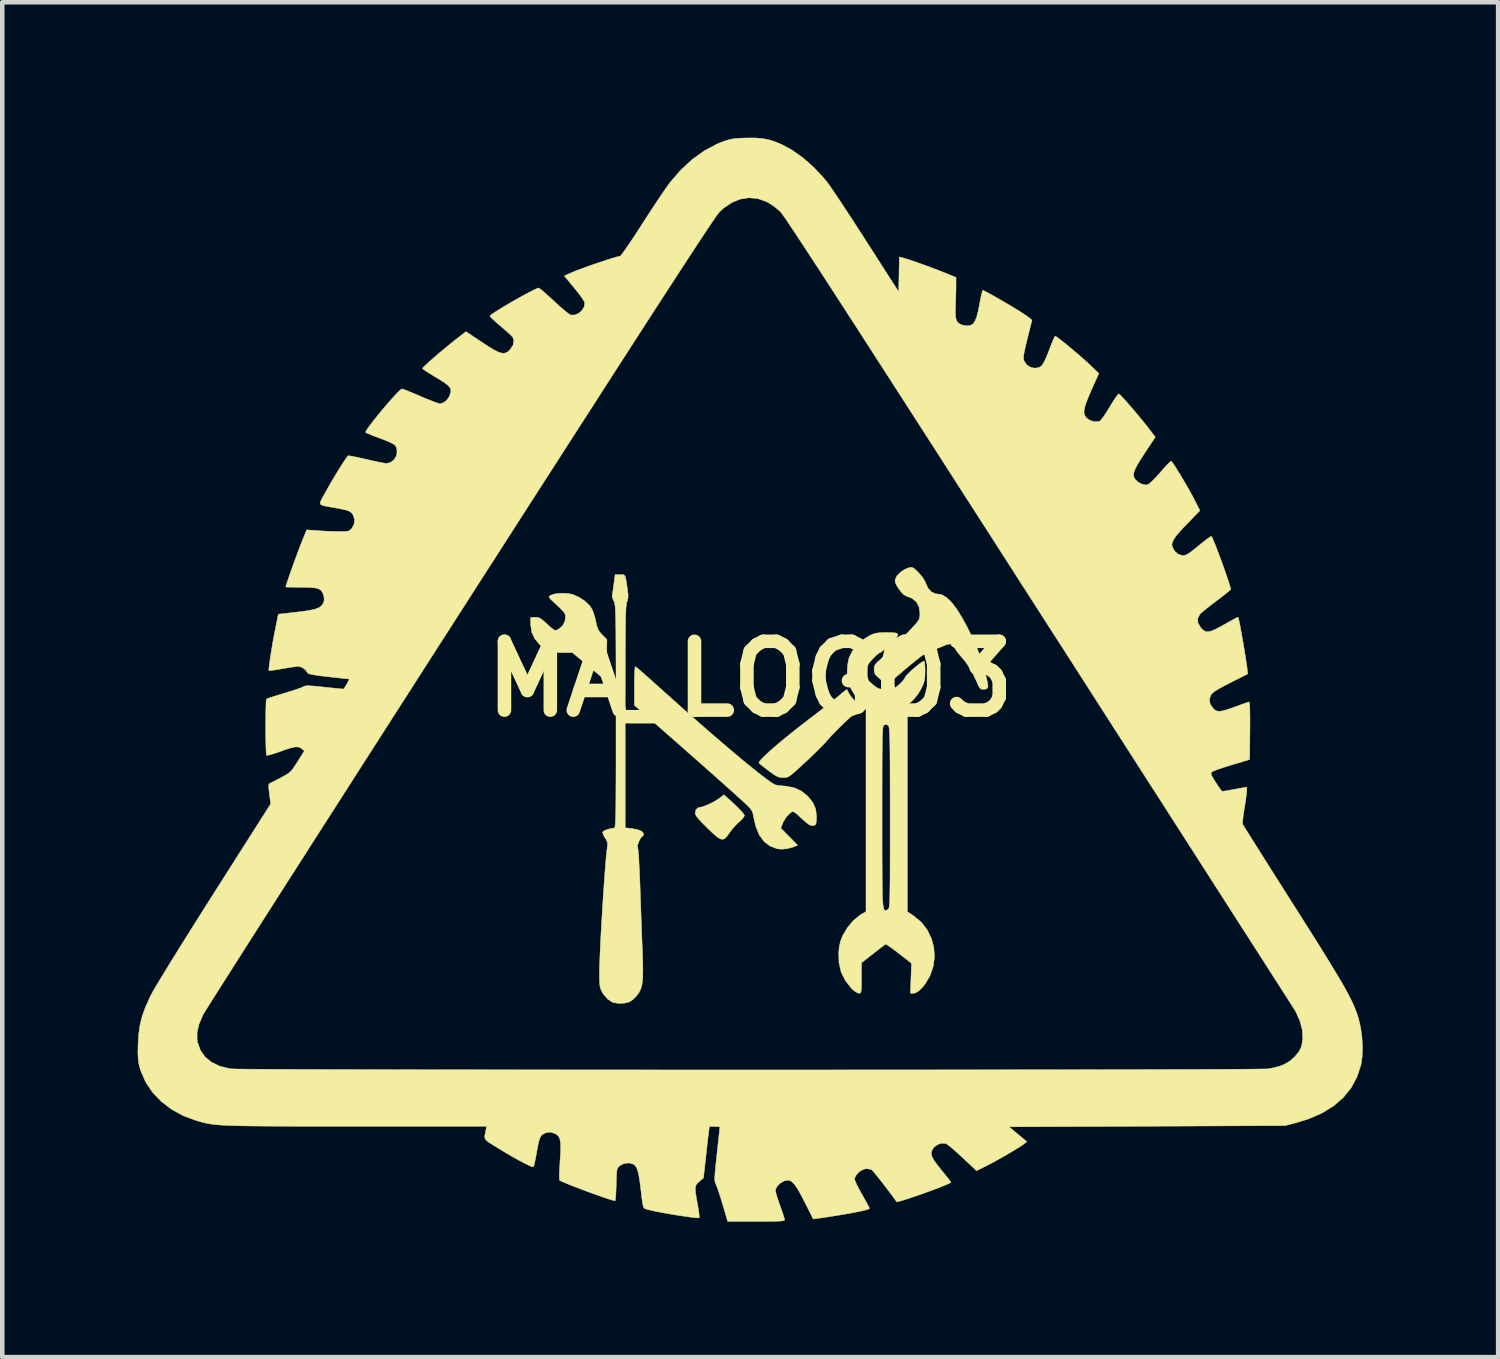
<source format=kicad_pcb>
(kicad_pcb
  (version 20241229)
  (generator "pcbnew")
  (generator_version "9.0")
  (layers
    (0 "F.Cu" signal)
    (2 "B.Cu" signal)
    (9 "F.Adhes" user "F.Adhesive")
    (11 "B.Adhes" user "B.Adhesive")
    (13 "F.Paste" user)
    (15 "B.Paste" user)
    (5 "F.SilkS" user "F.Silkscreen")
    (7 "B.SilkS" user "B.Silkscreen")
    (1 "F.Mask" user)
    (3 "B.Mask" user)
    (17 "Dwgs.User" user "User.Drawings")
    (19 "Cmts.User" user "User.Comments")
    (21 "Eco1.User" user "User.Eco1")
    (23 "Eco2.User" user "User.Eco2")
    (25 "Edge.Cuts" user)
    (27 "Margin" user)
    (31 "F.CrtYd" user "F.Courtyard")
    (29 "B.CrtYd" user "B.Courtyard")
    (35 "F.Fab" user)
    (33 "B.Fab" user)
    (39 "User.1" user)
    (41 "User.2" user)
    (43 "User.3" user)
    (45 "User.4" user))
  (footprint "MA_LOGO3"
    (layer "F.Cu")
    (at 13.566 11.989)
    (property "Reference" "MA_LOGO3" (at 0 0 0) (layer "F.SilkS") (effects (font (size 1.524 1.524) (thickness 0.3))))
    (attr through_hole)
    (fp_poly (pts (xy -0.354 2.771) (xy -0.266 2.855) (xy -0.194 2.931) (xy -0.145 2.99) (xy -0.127 3.023) (xy -0.127 3.023) (xy -0.146 3.062) (xy -0.193 3.118) (xy -0.242 3.161) (xy -0.318 3.234) (xy -0.401 3.328) (xy -0.459 3.406) (xy -0.513 3.482) (xy -0.56 3.531) (xy -0.607 3.551) (xy -0.66 3.542) (xy -0.727 3.501) (xy -0.814 3.427) (xy -0.928 3.319) (xy -0.952 3.296) (xy -1.065 3.183) (xy -1.144 3.099) (xy -1.192 3.037) (xy -1.216 2.992) (xy -1.219 2.971) (xy -1.203 2.898) (xy -1.159 2.853) (xy -1.126 2.845) (xy -1.063 2.832) (xy -0.972 2.799) (xy -0.87 2.753) (xy -0.772 2.701) (xy -0.696 2.651) (xy -0.581 2.564) (xy -0.354 2.771)) (stroke (width 0.01) (type solid)) (fill yes) (layer "F.SilkS"))
    (fp_poly (pts (xy -4.079 -1.898) (xy -3.959 -1.88) (xy -3.921 -1.869) (xy -3.784 -1.807) (xy -3.658 -1.722) (xy -3.556 -1.624) (xy -3.504 -1.547) (xy -3.471 -1.467) (xy -3.439 -1.36) (xy -3.417 -1.265) (xy -3.393 -1.161) (xy -3.364 -1.087) (xy -3.32 -1.024) (xy -3.278 -0.98) (xy -3.174 -0.873) (xy -3.181 -0.415) (xy -3.188 0.043) (xy -3.562 -0.27) (xy -3.937 -0.584) (xy -4.154 -0.584) (xy -4.313 -0.591) (xy -4.437 -0.616) (xy -4.54 -0.664) (xy -4.637 -0.738) (xy -4.657 -0.757) (xy -4.769 -0.889) (xy -4.836 -1.029) (xy -4.861 -1.187) (xy -4.862 -1.206) (xy -4.864 -1.359) (xy -4.769 -1.367) (xy -4.71 -1.366) (xy -4.659 -1.348) (xy -4.599 -1.305) (xy -4.553 -1.265) (xy -4.458 -1.179) (xy -4.393 -1.122) (xy -4.349 -1.09) (xy -4.317 -1.077) (xy -4.29 -1.081) (xy -4.258 -1.096) (xy -4.245 -1.103) (xy -4.159 -1.174) (xy -4.105 -1.276) (xy -4.089 -1.377) (xy -4.094 -1.42) (xy -4.113 -1.462) (xy -4.153 -1.513) (xy -4.221 -1.581) (xy -4.285 -1.641) (xy -4.372 -1.721) (xy -4.427 -1.774) (xy -4.452 -1.808) (xy -4.455 -1.829) (xy -4.438 -1.844) (xy -4.421 -1.854) (xy -4.329 -1.884) (xy -4.209 -1.899) (xy -4.079 -1.898)) (stroke (width 0.01) (type solid)) (fill yes) (layer "F.SilkS"))
    (fp_poly (pts (xy 2.156 0.259) (xy 2.183 0.312) (xy 2.185 0.317) (xy 2.224 0.377) (xy 2.285 0.452) (xy 2.332 0.503) (xy 2.388 0.564) (xy 2.425 0.612) (xy 2.433 0.633) (xy 2.413 0.657) (xy 2.362 0.708) (xy 2.286 0.78) (xy 2.194 0.867) (xy 2.146 0.911) (xy 2.033 1.018) (xy 1.919 1.131) (xy 1.817 1.236) (xy 1.739 1.321) (xy 1.727 1.335) (xy 1.663 1.407) (xy 1.57 1.503) (xy 1.457 1.616) (xy 1.334 1.736) (xy 1.219 1.843) (xy 1.093 1.96) (xy 0.998 2.046) (xy 0.927 2.107) (xy 0.873 2.147) (xy 0.832 2.17) (xy 0.795 2.181) (xy 0.757 2.184) (xy 0.732 2.184) (xy 0.672 2.181) (xy 0.618 2.167) (xy 0.558 2.137) (xy 0.48 2.084) (xy 0.411 2.034) (xy 0.324 1.968) (xy 0.252 1.911) (xy 0.205 1.871) (xy 0.193 1.859) (xy 0.204 1.829) (xy 0.251 1.772) (xy 0.333 1.691) (xy 0.444 1.588) (xy 0.582 1.468) (xy 0.743 1.334) (xy 0.924 1.187) (xy 1.12 1.032) (xy 1.329 0.871) (xy 1.371 0.84) (xy 1.511 0.732) (xy 1.65 0.625) (xy 1.778 0.524) (xy 1.885 0.438) (xy 1.962 0.374) (xy 1.963 0.373) (xy 2.04 0.308) (xy 2.101 0.26) (xy 2.137 0.234) (xy 2.142 0.232) (xy 2.156 0.259)) (stroke (width 0.01) (type solid)) (fill yes) (layer "F.SilkS"))
    (fp_poly (pts (xy -2.517 -0.256) (xy -2.46 -0.208) (xy -2.376 -0.136) (xy -2.272 -0.043) (xy -2.151 0.064) (xy -2.065 0.142) (xy -1.745 0.429) (xy -1.437 0.703) (xy -1.141 0.964) (xy -0.862 1.207) (xy -0.6 1.432) (xy -0.359 1.637) (xy -0.14 1.82) (xy 0.055 1.979) (xy 0.222 2.112) (xy 0.36 2.217) (xy 0.467 2.293) (xy 0.541 2.337) (xy 0.568 2.348) (xy 0.622 2.356) (xy 0.706 2.366) (xy 0.783 2.373) (xy 0.97 2.407) (xy 1.127 2.478) (xy 1.267 2.589) (xy 1.28 2.602) (xy 1.388 2.738) (xy 1.45 2.88) (xy 1.469 3.04) (xy 1.468 3.087) (xy 1.462 3.172) (xy 1.452 3.218) (xy 1.43 3.239) (xy 1.391 3.246) (xy 1.391 3.247) (xy 1.342 3.242) (xy 1.285 3.213) (xy 1.211 3.153) (xy 1.188 3.132) (xy 1.09 3.042) (xy 1.022 2.982) (xy 0.976 2.948) (xy 0.943 2.937) (xy 0.914 2.947) (xy 0.883 2.972) (xy 0.855 2.997) (xy 0.789 3.072) (xy 0.733 3.164) (xy 0.721 3.191) (xy 0.678 3.305) (xy 0.864 3.493) (xy 1.051 3.681) (xy 0.964 3.717) (xy 0.837 3.754) (xy 0.706 3.77) (xy 0.597 3.76) (xy 0.436 3.698) (xy 0.303 3.594) (xy 0.198 3.447) (xy 0.121 3.259) (xy 0.077 3.059) (xy 0.06 2.975) (xy 0.036 2.914) (xy -0.006 2.857) (xy -0.077 2.786) (xy -0.082 2.781) (xy -0.169 2.701) (xy -0.29 2.591) (xy -0.441 2.455) (xy -0.619 2.296) (xy -0.819 2.118) (xy -1.037 1.924) (xy -1.27 1.719) (xy -1.512 1.505) (xy -1.762 1.286) (xy -1.848 1.21) (xy -2.565 0.582) (xy -2.565 0.149) (xy -2.564 -0.008) (xy -2.56 -0.134) (xy -2.554 -0.223) (xy -2.547 -0.269) (xy -2.542 -0.275) (xy -2.517 -0.256)) (stroke (width 0.01) (type solid)) (fill yes) (layer "F.SilkS"))
    (fp_poly (pts (xy 3.588 -2.472) (xy 3.627 -2.45) (xy 3.68 -2.402) (xy 3.724 -2.36) (xy 3.817 -2.253) (xy 3.876 -2.153) (xy 3.885 -2.127) (xy 3.937 -2.013) (xy 4.012 -1.931) (xy 4.101 -1.888) (xy 4.147 -1.884) (xy 4.248 -1.866) (xy 4.354 -1.801) (xy 4.466 -1.691) (xy 4.585 -1.533) (xy 4.711 -1.326) (xy 4.808 -1.147) (xy 4.935 -0.888) (xy 5.037 -0.651) (xy 5.122 -0.417) (xy 5.196 -0.169) (xy 5.221 -0.07) (xy 5.251 0.055) (xy 5.265 0.139) (xy 5.262 0.19) (xy 5.238 0.217) (xy 5.193 0.227) (xy 5.153 0.228) (xy 5.113 0.222) (xy 5.082 0.196) (xy 5.051 0.139) (xy 5.028 0.083) (xy 4.91 -0.167) (xy 4.771 -0.38) (xy 4.688 -0.479) (xy 4.619 -0.559) (xy 4.562 -0.635) (xy 4.528 -0.69) (xy 4.527 -0.693) (xy 4.488 -0.755) (xy 4.437 -0.778) (xy 4.362 -0.766) (xy 4.297 -0.739) (xy 4.197 -0.698) (xy 4.085 -0.66) (xy 4.047 -0.649) (xy 3.996 -0.633) (xy 3.94 -0.606) (xy 3.874 -0.566) (xy 3.793 -0.509) (xy 3.693 -0.431) (xy 3.568 -0.33) (xy 3.415 -0.202) (xy 3.229 -0.043) (xy 3.226 -0.041) (xy 3.147 0.024) (xy 3.08 0.073) (xy 3.035 0.099) (xy 3.027 0.101) (xy 2.992 0.086) (xy 2.933 0.045) (xy 2.869 -0.006) (xy 2.799 -0.069) (xy 2.762 -0.117) (xy 2.747 -0.165) (xy 2.745 -0.216) (xy 2.749 -0.271) (xy 2.766 -0.315) (xy 2.804 -0.361) (xy 2.871 -0.422) (xy 2.898 -0.445) (xy 2.964 -0.504) (xy 3.058 -0.593) (xy 3.169 -0.702) (xy 3.29 -0.824) (xy 3.413 -0.949) (xy 3.529 -1.071) (xy 3.63 -1.179) (xy 3.696 -1.253) (xy 3.737 -1.313) (xy 3.756 -1.385) (xy 3.759 -1.456) (xy 3.739 -1.598) (xy 3.68 -1.71) (xy 3.58 -1.79) (xy 3.454 -1.837) (xy 3.401 -1.87) (xy 3.335 -1.939) (xy 3.294 -1.994) (xy 3.24 -2.078) (xy 3.214 -2.138) (xy 3.21 -2.189) (xy 3.213 -2.21) (xy 3.251 -2.286) (xy 3.325 -2.362) (xy 3.42 -2.426) (xy 3.5 -2.459) (xy 3.55 -2.473) (xy 3.588 -2.472)) (stroke (width 0.01) (type solid)) (fill yes) (layer "F.SilkS"))
    (fp_poly (pts (xy -2.804 -2.309) (xy -2.782 -2.294) (xy -2.765 -2.259) (xy -2.751 -2.198) (xy -2.736 -2.101) (xy -2.717 -1.975) (xy -2.705 -1.87) (xy -2.706 -1.796) (xy -2.722 -1.732) (xy -2.73 -1.712) (xy -2.737 -1.691) (xy -2.742 -1.661) (xy -2.747 -1.617) (xy -2.752 -1.558) (xy -2.755 -1.479) (xy -2.759 -1.379) (xy -2.761 -1.253) (xy -2.763 -1.1) (xy -2.765 -0.916) (xy -2.766 -0.697) (xy -2.767 -0.442) (xy -2.768 -0.147) (xy -2.768 0.191) (xy -2.769 0.575) (xy -2.769 0.838) (xy -2.769 3.295) (xy -2.63 3.311) (xy -2.494 3.336) (xy -2.405 3.371) (xy -2.365 3.417) (xy -2.362 3.433) (xy -2.372 3.472) (xy -2.385 3.48) (xy -2.409 3.501) (xy -2.443 3.553) (xy -2.459 3.584) (xy -2.492 3.67) (xy -2.493 3.733) (xy -2.489 3.747) (xy -2.483 3.787) (xy -2.475 3.87) (xy -2.467 3.991) (xy -2.459 4.143) (xy -2.45 4.319) (xy -2.443 4.512) (xy -2.439 4.614) (xy -2.431 4.851) (xy -2.422 5.107) (xy -2.413 5.367) (xy -2.404 5.618) (xy -2.395 5.846) (xy -2.388 6.034) (xy -2.381 6.262) (xy -2.377 6.445) (xy -2.38 6.592) (xy -2.388 6.708) (xy -2.404 6.801) (xy -2.428 6.876) (xy -2.461 6.941) (xy -2.504 7.003) (xy -2.53 7.034) (xy -2.596 7.098) (xy -2.669 7.147) (xy -2.684 7.154) (xy -2.788 7.18) (xy -2.909 7.185) (xy -3.02 7.169) (xy -3.048 7.16) (xy -3.156 7.091) (xy -3.252 6.978) (xy -3.285 6.921) (xy -3.309 6.871) (xy -3.325 6.817) (xy -3.334 6.748) (xy -3.338 6.652) (xy -3.339 6.517) (xy -3.339 6.515) (xy -3.337 6.385) (xy -3.331 6.218) (xy -3.323 6.022) (xy -3.313 5.803) (xy -3.3 5.568) (xy -3.286 5.321) (xy -3.271 5.071) (xy -3.255 4.822) (xy -3.239 4.583) (xy -3.223 4.358) (xy -3.208 4.155) (xy -3.193 3.979) (xy -3.179 3.837) (xy -3.167 3.736) (xy -3.161 3.696) (xy -3.16 3.628) (xy -3.191 3.554) (xy -3.213 3.521) (xy -3.25 3.456) (xy -3.267 3.404) (xy -3.267 3.389) (xy -3.235 3.362) (xy -3.172 3.335) (xy -3.095 3.313) (xy -3.023 3.302) (xy -3.016 3.302) (xy -3.009 3.3) (xy -3.002 3.292) (xy -2.997 3.275) (xy -2.992 3.246) (xy -2.987 3.202) (xy -2.984 3.139) (xy -2.981 3.057) (xy -2.978 2.95) (xy -2.976 2.816) (xy -2.975 2.653) (xy -2.974 2.457) (xy -2.973 2.225) (xy -2.972 1.955) (xy -2.972 1.643) (xy -2.972 1.287) (xy -2.972 0.883) (xy -2.972 0.837) (xy -2.972 0.428) (xy -2.972 0.066) (xy -2.972 -0.251) (xy -2.973 -0.527) (xy -2.974 -0.764) (xy -2.975 -0.965) (xy -2.976 -1.135) (xy -2.978 -1.275) (xy -2.981 -1.389) (xy -2.984 -1.48) (xy -2.987 -1.552) (xy -2.992 -1.606) (xy -2.997 -1.647) (xy -3.003 -1.677) (xy -3.009 -1.7) (xy -3.017 -1.718) (xy -3.019 -1.722) (xy -3.047 -1.787) (xy -3.059 -1.834) (xy -3.059 -1.841) (xy -3.053 -1.877) (xy -3.041 -1.949) (xy -3.028 -2.046) (xy -3.022 -2.089) (xy -2.992 -2.311) (xy -2.881 -2.311) (xy -2.836 -2.312) (xy -2.804 -2.309)) (stroke (width 0.01) (type solid)) (fill yes) (layer "F.SilkS"))
    (fp_poly (pts (xy 3.135 -1.027) (xy 3.225 -1.02) (xy 3.268 -1.001) (xy 3.268 -0.966) (xy 3.228 -0.909) (xy 3.148 -0.824) (xy 3.11 -0.786) (xy 3.027 -0.705) (xy 2.954 -0.64) (xy 2.9 -0.597) (xy 2.876 -0.584) (xy 2.842 -0.567) (xy 2.787 -0.521) (xy 2.722 -0.456) (xy 2.717 -0.451) (xy 2.653 -0.38) (xy 2.615 -0.327) (xy 2.598 -0.274) (xy 2.592 -0.203) (xy 2.592 -0.15) (xy 2.591 0.017) (xy 2.716 0.123) (xy 2.787 0.18) (xy 2.842 0.212) (xy 2.903 0.225) (xy 2.99 0.229) (xy 3.011 0.229) (xy 3.104 0.227) (xy 3.167 0.216) (xy 3.22 0.189) (xy 3.283 0.138) (xy 3.298 0.125) (xy 3.364 0.061) (xy 3.412 0.001) (xy 3.43 -0.033) (xy 3.453 -0.069) (xy 3.504 -0.124) (xy 3.573 -0.19) (xy 3.651 -0.257) (xy 3.727 -0.319) (xy 3.794 -0.368) (xy 3.84 -0.394) (xy 3.855 -0.395) (xy 3.864 -0.363) (xy 3.87 -0.293) (xy 3.873 -0.199) (xy 3.873 -0.168) (xy 3.87 -0.054) (xy 3.859 0.031) (xy 3.835 0.11) (xy 3.793 0.203) (xy 3.79 0.209) (xy 3.712 0.34) (xy 3.622 0.45) (xy 3.593 0.478) (xy 3.48 0.578) (xy 3.48 5.153) (xy 3.622 5.248) (xy 3.79 5.388) (xy 3.921 5.557) (xy 4.014 5.746) (xy 4.067 5.949) (xy 4.081 6.159) (xy 4.053 6.368) (xy 3.984 6.57) (xy 3.873 6.757) (xy 3.802 6.842) (xy 3.724 6.916) (xy 3.662 6.952) (xy 3.621 6.96) (xy 3.549 6.96) (xy 3.573 6.297) (xy 3.296 6.081) (xy 3.194 6.003) (xy 3.107 5.939) (xy 3.041 5.894) (xy 3.005 5.873) (xy 3 5.872) (xy 2.975 5.89) (xy 2.917 5.933) (xy 2.836 5.995) (xy 2.739 6.071) (xy 2.723 6.083) (xy 2.464 6.286) (xy 2.464 6.623) (xy 2.464 6.759) (xy 2.462 6.852) (xy 2.457 6.911) (xy 2.448 6.943) (xy 2.434 6.957) (xy 2.412 6.96) (xy 2.406 6.96) (xy 2.35 6.94) (xy 2.278 6.885) (xy 2.244 6.852) (xy 2.107 6.678) (xy 2.015 6.493) (xy 1.967 6.288) (xy 1.961 6.059) (xy 1.973 5.925) (xy 1.998 5.816) (xy 2.041 5.704) (xy 2.05 5.684) (xy 2.151 5.511) (xy 2.278 5.358) (xy 2.419 5.239) (xy 2.456 5.215) (xy 2.565 5.151) (xy 2.565 3.434) (xy 2.921 3.434) (xy 2.921 3.763) (xy 2.922 4.048) (xy 2.923 4.291) (xy 2.924 4.496) (xy 2.927 4.665) (xy 2.93 4.803) (xy 2.935 4.911) (xy 2.942 4.994) (xy 2.95 5.054) (xy 2.96 5.094) (xy 2.972 5.117) (xy 2.986 5.127) (xy 3.003 5.127) (xy 3.023 5.119) (xy 3.045 5.107) (xy 3.05 5.105) (xy 3.059 5.099) (xy 3.066 5.089) (xy 3.073 5.071) (xy 3.079 5.043) (xy 3.084 5.001) (xy 3.088 4.942) (xy 3.091 4.862) (xy 3.093 4.758) (xy 3.095 4.626) (xy 3.097 4.464) (xy 3.098 4.268) (xy 3.098 4.034) (xy 3.099 3.76) (xy 3.099 3.442) (xy 3.099 3.076) (xy 3.099 3.074) (xy 3.099 2.705) (xy 3.098 2.383) (xy 3.098 2.105) (xy 3.097 1.869) (xy 3.096 1.67) (xy 3.094 1.505) (xy 3.092 1.371) (xy 3.089 1.265) (xy 3.085 1.184) (xy 3.081 1.123) (xy 3.076 1.081) (xy 3.07 1.053) (xy 3.063 1.036) (xy 3.059 1.031) (xy 3.013 1.005) (xy 2.97 1.017) (xy 2.961 1.023) (xy 2.953 1.033) (xy 2.947 1.05) (xy 2.941 1.078) (xy 2.936 1.12) (xy 2.932 1.18) (xy 2.929 1.26) (xy 2.926 1.364) (xy 2.925 1.495) (xy 2.923 1.657) (xy 2.922 1.854) (xy 2.922 2.087) (xy 2.921 2.361) (xy 2.921 2.68) (xy 2.921 3.045) (xy 2.921 3.057) (xy 2.921 3.434) (xy 2.565 3.434) (xy 2.565 2.874) (xy 2.565 0.597) (xy 2.44 0.489) (xy 2.31 0.345) (xy 2.231 0.211) (xy 2.185 0.11) (xy 2.16 0.026) (xy 2.149 -0.067) (xy 2.147 -0.151) (xy 2.158 -0.315) (xy 2.187 -0.458) (xy 2.193 -0.477) (xy 2.261 -0.613) (xy 2.366 -0.747) (xy 2.494 -0.866) (xy 2.632 -0.955) (xy 2.637 -0.958) (xy 2.72 -0.995) (xy 2.795 -1.016) (xy 2.882 -1.026) (xy 2.997 -1.029) (xy 3.135 -1.027)) (stroke (width 0.01) (type solid)) (fill yes) (layer "F.SilkS"))
    (fp_poly (pts (xy 0.269 -11.971) (xy 0.423 -11.941) (xy 0.578 -11.889) (xy 0.702 -11.837) (xy 0.938 -11.708) (xy 1.176 -11.537) (xy 1.41 -11.33) (xy 1.63 -11.094) (xy 1.699 -11.011) (xy 1.741 -10.954) (xy 1.806 -10.86) (xy 1.893 -10.733) (xy 1.997 -10.577) (xy 2.115 -10.398) (xy 2.245 -10.2) (xy 2.382 -9.988) (xy 2.525 -9.767) (xy 2.565 -9.704) (xy 3.289 -8.575) (xy 3.296 -8.961) (xy 3.303 -9.348) (xy 3.373 -9.331) (xy 3.443 -9.311) (xy 3.551 -9.276) (xy 3.684 -9.23) (xy 3.834 -9.177) (xy 3.989 -9.12) (xy 4.138 -9.064) (xy 4.272 -9.011) (xy 4.293 -9.003) (xy 4.559 -8.895) (xy 4.558 -8.708) (xy 4.557 -8.598) (xy 4.553 -8.46) (xy 4.549 -8.316) (xy 4.547 -8.255) (xy 4.544 -8.111) (xy 4.551 -8.008) (xy 4.57 -7.938) (xy 4.604 -7.89) (xy 4.656 -7.855) (xy 4.667 -7.85) (xy 4.736 -7.831) (xy 4.812 -7.823) (xy 4.88 -7.832) (xy 4.934 -7.864) (xy 4.978 -7.924) (xy 5.016 -8.019) (xy 5.051 -8.154) (xy 5.077 -8.289) (xy 5.1 -8.409) (xy 5.121 -8.509) (xy 5.138 -8.579) (xy 5.149 -8.61) (xy 5.15 -8.611) (xy 5.18 -8.598) (xy 5.247 -8.564) (xy 5.341 -8.513) (xy 5.455 -8.448) (xy 5.582 -8.375) (xy 5.713 -8.299) (xy 5.841 -8.222) (xy 5.958 -8.151) (xy 5.964 -8.147) (xy 6.069 -8.079) (xy 6.155 -8.019) (xy 6.215 -7.972) (xy 6.241 -7.943) (xy 6.241 -7.94) (xy 6.231 -7.907) (xy 6.212 -7.833) (xy 6.186 -7.729) (xy 6.154 -7.602) (xy 6.133 -7.516) (xy 6.097 -7.365) (xy 6.072 -7.254) (xy 6.058 -7.175) (xy 6.053 -7.12) (xy 6.057 -7.079) (xy 6.067 -7.044) (xy 6.07 -7.038) (xy 6.126 -6.958) (xy 6.208 -6.905) (xy 6.303 -6.884) (xy 6.394 -6.898) (xy 6.46 -6.941) (xy 6.49 -6.986) (xy 6.532 -7.068) (xy 6.579 -7.175) (xy 6.626 -7.295) (xy 6.626 -7.296) (xy 6.669 -7.409) (xy 6.708 -7.503) (xy 6.737 -7.567) (xy 6.753 -7.594) (xy 6.754 -7.595) (xy 6.783 -7.579) (xy 6.843 -7.535) (xy 6.927 -7.47) (xy 7.027 -7.389) (xy 7.138 -7.297) (xy 7.25 -7.202) (xy 7.358 -7.108) (xy 7.455 -7.022) (xy 7.512 -6.969) (xy 7.722 -6.769) (xy 7.557 -6.401) (xy 7.483 -6.228) (xy 7.431 -6.093) (xy 7.402 -5.989) (xy 7.393 -5.91) (xy 7.405 -5.849) (xy 7.435 -5.798) (xy 7.452 -5.779) (xy 7.53 -5.727) (xy 7.623 -5.699) (xy 7.711 -5.701) (xy 7.744 -5.713) (xy 7.776 -5.745) (xy 7.827 -5.812) (xy 7.889 -5.905) (xy 7.957 -6.014) (xy 7.968 -6.033) (xy 8.033 -6.14) (xy 8.091 -6.228) (xy 8.136 -6.289) (xy 8.162 -6.316) (xy 8.165 -6.316) (xy 8.192 -6.294) (xy 8.245 -6.239) (xy 8.318 -6.158) (xy 8.406 -6.059) (xy 8.501 -5.948) (xy 8.599 -5.832) (xy 8.692 -5.718) (xy 8.777 -5.613) (xy 8.823 -5.553) (xy 8.973 -5.358) (xy 8.741 -5.009) (xy 8.64 -4.853) (xy 8.567 -4.731) (xy 8.519 -4.636) (xy 8.495 -4.563) (xy 8.491 -4.504) (xy 8.507 -4.455) (xy 8.52 -4.432) (xy 8.586 -4.364) (xy 8.673 -4.317) (xy 8.761 -4.298) (xy 8.797 -4.302) (xy 8.843 -4.329) (xy 8.913 -4.392) (xy 9.003 -4.485) (xy 9.081 -4.572) (xy 9.163 -4.666) (xy 9.235 -4.745) (xy 9.29 -4.8) (xy 9.32 -4.825) (xy 9.322 -4.826) (xy 9.343 -4.805) (xy 9.384 -4.747) (xy 9.441 -4.66) (xy 9.508 -4.55) (xy 9.582 -4.427) (xy 9.659 -4.296) (xy 9.733 -4.166) (xy 9.8 -4.044) (xy 9.855 -3.938) (xy 9.96 -3.73) (xy 9.677 -3.438) (xy 9.549 -3.303) (xy 9.455 -3.196) (xy 9.392 -3.112) (xy 9.355 -3.044) (xy 9.341 -2.987) (xy 9.347 -2.934) (xy 9.352 -2.92) (xy 9.405 -2.826) (xy 9.486 -2.76) (xy 9.578 -2.733) (xy 9.586 -2.733) (xy 9.628 -2.739) (xy 9.678 -2.76) (xy 9.742 -2.801) (xy 9.829 -2.867) (xy 9.933 -2.952) (xy 10.031 -3.032) (xy 10.115 -3.097) (xy 10.178 -3.141) (xy 10.212 -3.16) (xy 10.215 -3.16) (xy 10.232 -3.131) (xy 10.263 -3.062) (xy 10.304 -2.962) (xy 10.352 -2.838) (xy 10.404 -2.699) (xy 10.458 -2.552) (xy 10.51 -2.407) (xy 10.557 -2.27) (xy 10.597 -2.151) (xy 10.626 -2.058) (xy 10.641 -1.999) (xy 10.643 -1.986) (xy 10.623 -1.965) (xy 10.57 -1.92) (xy 10.49 -1.856) (xy 10.389 -1.778) (xy 10.325 -1.73) (xy 10.211 -1.643) (xy 10.108 -1.562) (xy 10.025 -1.493) (xy 9.97 -1.444) (xy 9.956 -1.429) (xy 9.912 -1.338) (xy 9.917 -1.243) (xy 9.974 -1.144) (xy 9.985 -1.131) (xy 10.036 -1.081) (xy 10.087 -1.052) (xy 10.147 -1.046) (xy 10.222 -1.065) (xy 10.321 -1.109) (xy 10.452 -1.179) (xy 10.505 -1.209) (xy 10.614 -1.271) (xy 10.705 -1.32) (xy 10.771 -1.355) (xy 10.804 -1.368) (xy 10.806 -1.368) (xy 10.816 -1.337) (xy 10.832 -1.266) (xy 10.853 -1.161) (xy 10.877 -1.032) (xy 10.902 -0.887) (xy 10.929 -0.734) (xy 10.954 -0.581) (xy 10.977 -0.437) (xy 10.996 -0.31) (xy 11.01 -0.208) (xy 11.017 -0.139) (xy 11.017 -0.113) (xy 10.993 -0.1) (xy 10.932 -0.069) (xy 10.841 -0.023) (xy 10.726 0.035) (xy 10.63 0.084) (xy 10.477 0.163) (xy 10.364 0.225) (xy 10.285 0.276) (xy 10.233 0.317) (xy 10.203 0.354) (xy 10.203 0.355) (xy 10.17 0.454) (xy 10.188 0.554) (xy 10.249 0.646) (xy 10.292 0.686) (xy 10.337 0.71) (xy 10.393 0.716) (xy 10.468 0.705) (xy 10.57 0.676) (xy 10.708 0.628) (xy 10.762 0.608) (xy 10.871 0.568) (xy 10.963 0.536) (xy 11.028 0.514) (xy 11.053 0.508) (xy 11.059 0.532) (xy 11.064 0.601) (xy 11.067 0.707) (xy 11.069 0.843) (xy 11.069 1.004) (xy 11.068 1.145) (xy 11.062 1.783) (xy 10.66 1.904) (xy 10.523 1.946) (xy 10.401 1.987) (xy 10.304 2.023) (xy 10.241 2.049) (xy 10.222 2.061) (xy 10.208 2.083) (xy 10.211 2.115) (xy 10.235 2.167) (xy 10.282 2.246) (xy 10.312 2.293) (xy 10.369 2.379) (xy 10.417 2.446) (xy 10.45 2.484) (xy 10.458 2.489) (xy 10.489 2.484) (xy 10.56 2.473) (xy 10.657 2.456) (xy 10.738 2.441) (xy 10.998 2.394) (xy 10.998 2.47) (xy 10.994 2.525) (xy 10.983 2.616) (xy 10.966 2.733) (xy 10.946 2.861) (xy 10.945 2.863) (xy 10.926 2.986) (xy 10.913 3.093) (xy 10.906 3.173) (xy 10.906 3.214) (xy 10.907 3.215) (xy 10.922 3.242) (xy 10.963 3.308) (xy 11.027 3.41) (xy 11.112 3.546) (xy 11.216 3.711) (xy 11.337 3.903) (xy 11.473 4.118) (xy 11.621 4.353) (xy 11.781 4.605) (xy 11.949 4.87) (xy 12.03 4.997) (xy 12.254 5.35) (xy 12.452 5.664) (xy 12.626 5.941) (xy 12.777 6.185) (xy 12.908 6.399) (xy 13.021 6.586) (xy 13.117 6.749) (xy 13.197 6.892) (xy 13.265 7.018) (xy 13.321 7.13) (xy 13.367 7.23) (xy 13.405 7.323) (xy 13.438 7.411) (xy 13.466 7.497) (xy 13.476 7.531) (xy 13.521 7.727) (xy 13.55 7.943) (xy 13.561 8.162) (xy 13.554 8.368) (xy 13.528 8.543) (xy 13.528 8.545) (xy 13.44 8.814) (xy 13.309 9.056) (xy 13.136 9.27) (xy 12.921 9.456) (xy 12.665 9.614) (xy 12.368 9.743) (xy 12.111 9.823) (xy 11.849 9.892) (xy 5.734 9.919) (xy 5.93 10.083) (xy 6.126 10.247) (xy 6.067 10.295) (xy 6.008 10.337) (xy 5.915 10.396) (xy 5.796 10.468) (xy 5.663 10.547) (xy 5.523 10.626) (xy 5.388 10.701) (xy 5.268 10.764) (xy 5.238 10.779) (xy 5.014 10.892) (xy 4.707 10.603) (xy 4.599 10.504) (xy 4.5 10.416) (xy 4.416 10.346) (xy 4.355 10.301) (xy 4.332 10.288) (xy 4.247 10.28) (xy 4.156 10.308) (xy 4.076 10.365) (xy 4.055 10.392) (xy 4.021 10.451) (xy 4.011 10.51) (xy 4.026 10.577) (xy 4.068 10.658) (xy 4.142 10.761) (xy 4.229 10.87) (xy 4.309 10.968) (xy 4.375 11.051) (xy 4.422 11.113) (xy 4.444 11.146) (xy 4.445 11.148) (xy 4.422 11.165) (xy 4.359 11.194) (xy 4.264 11.233) (xy 4.144 11.28) (xy 4.007 11.331) (xy 3.862 11.384) (xy 3.715 11.436) (xy 3.575 11.483) (xy 3.451 11.525) (xy 3.348 11.556) (xy 3.276 11.575) (xy 3.243 11.579) (xy 3.242 11.578) (xy 3.198 11.515) (xy 3.135 11.428) (xy 3.059 11.328) (xy 2.977 11.22) (xy 2.895 11.114) (xy 2.818 11.018) (xy 2.754 10.94) (xy 2.709 10.888) (xy 2.691 10.87) (xy 2.632 10.853) (xy 2.565 10.846) (xy 2.492 10.865) (xy 2.416 10.915) (xy 2.352 10.981) (xy 2.315 11.05) (xy 2.311 11.076) (xy 2.324 11.119) (xy 2.358 11.196) (xy 2.408 11.294) (xy 2.469 11.406) (xy 2.477 11.418) (xy 2.538 11.527) (xy 2.59 11.62) (xy 2.626 11.689) (xy 2.641 11.725) (xy 2.642 11.727) (xy 2.617 11.743) (xy 2.548 11.763) (xy 2.439 11.789) (xy 2.295 11.818) (xy 2.122 11.849) (xy 1.925 11.882) (xy 1.71 11.916) (xy 1.481 11.949) (xy 1.479 11.949) (xy 1.396 11.96) (xy 1.207 11.584) (xy 1.118 11.412) (xy 1.044 11.283) (xy 0.98 11.192) (xy 0.924 11.135) (xy 0.872 11.106) (xy 0.833 11.1) (xy 0.75 11.118) (xy 0.667 11.166) (xy 0.6 11.23) (xy 0.563 11.3) (xy 0.559 11.326) (xy 0.568 11.376) (xy 0.591 11.461) (xy 0.626 11.567) (xy 0.661 11.667) (xy 0.701 11.779) (xy 0.734 11.876) (xy 0.755 11.946) (xy 0.762 11.978) (xy 0.755 11.989) (xy 0.731 11.998) (xy 0.684 12.005) (xy 0.609 12.009) (xy 0.501 12.012) (xy 0.353 12.014) (xy 0.16 12.014) (xy 0.132 12.014) (xy -0.499 12.014) (xy -0.609 11.64) (xy -0.65 11.503) (xy -0.69 11.378) (xy -0.725 11.276) (xy -0.752 11.208) (xy -0.76 11.191) (xy -0.772 11.164) (xy -0.781 11.133) (xy -0.785 11.091) (xy -0.785 11.031) (xy -0.779 10.946) (xy -0.769 10.83) (xy -0.753 10.675) (xy -0.736 10.517) (xy -0.671 9.919) (xy -0.783 9.911) (xy -0.852 9.908) (xy -0.896 9.909) (xy -0.902 9.911) (xy -0.907 9.937) (xy -0.917 10.007) (xy -0.93 10.113) (xy -0.945 10.247) (xy -0.963 10.403) (xy -0.972 10.486) (xy -1.035 11.053) (xy -1.127 11.129) (xy -1.169 11.166) (xy -1.197 11.203) (xy -1.213 11.247) (xy -1.216 11.309) (xy -1.207 11.396) (xy -1.188 11.518) (xy -1.167 11.632) (xy -1.148 11.747) (xy -1.134 11.842) (xy -1.128 11.907) (xy -1.129 11.932) (xy -1.16 11.935) (xy -1.232 11.93) (xy -1.338 11.917) (xy -1.467 11.899) (xy -1.612 11.877) (xy -1.763 11.852) (xy -1.913 11.826) (xy -2.053 11.799) (xy -2.174 11.774) (xy -2.267 11.752) (xy -2.32 11.736) (xy -2.342 11.725) (xy -2.359 11.704) (xy -2.372 11.665) (xy -2.385 11.601) (xy -2.399 11.505) (xy -2.415 11.369) (xy -2.421 11.315) (xy -2.444 11.131) (xy -2.467 10.991) (xy -2.492 10.889) (xy -2.52 10.817) (xy -2.554 10.771) (xy -2.589 10.745) (xy -2.687 10.719) (xy -2.792 10.73) (xy -2.884 10.777) (xy -2.888 10.78) (xy -2.916 10.806) (xy -2.936 10.832) (xy -2.949 10.868) (xy -2.957 10.923) (xy -2.962 11.006) (xy -2.966 11.127) (xy -2.967 11.199) (xy -2.972 11.327) (xy -2.977 11.435) (xy -2.984 11.514) (xy -2.991 11.554) (xy -2.994 11.557) (xy -3.036 11.548) (xy -3.116 11.524) (xy -3.227 11.487) (xy -3.36 11.44) (xy -3.507 11.388) (xy -3.659 11.332) (xy -3.808 11.275) (xy -3.947 11.222) (xy -4.065 11.174) (xy -4.156 11.136) (xy -4.211 11.11) (xy -4.222 11.103) (xy -4.226 11.073) (xy -4.227 11.002) (xy -4.224 10.898) (xy -4.217 10.77) (xy -4.212 10.676) (xy -4.201 10.494) (xy -4.197 10.356) (xy -4.203 10.254) (xy -4.218 10.181) (xy -4.244 10.129) (xy -4.283 10.092) (xy -4.32 10.07) (xy -4.422 10.036) (xy -4.519 10.048) (xy -4.571 10.071) (xy -4.61 10.096) (xy -4.64 10.132) (xy -4.666 10.187) (xy -4.689 10.27) (xy -4.713 10.387) (xy -4.738 10.528) (xy -4.758 10.637) (xy -4.778 10.728) (xy -4.794 10.788) (xy -4.802 10.805) (xy -4.832 10.802) (xy -4.901 10.774) (xy -5.002 10.724) (xy -5.132 10.655) (xy -5.286 10.568) (xy -5.459 10.466) (xy -5.621 10.367) (xy -5.734 10.298) (xy -5.81 10.248) (xy -5.856 10.208) (xy -5.877 10.169) (xy -5.879 10.121) (xy -5.867 10.054) (xy -5.852 9.982) (xy -5.836 9.906) (xy -8.744 9.906) (xy -9.205 9.906) (xy -9.618 9.906) (xy -9.986 9.906) (xy -10.313 9.905) (xy -10.601 9.904) (xy -10.853 9.902) (xy -11.073 9.9) (xy -11.263 9.897) (xy -11.427 9.893) (xy -11.566 9.888) (xy -11.686 9.882) (xy -11.787 9.875) (xy -11.875 9.866) (xy -11.951 9.857) (xy -12.018 9.845) (xy -12.08 9.832) (xy -12.139 9.817) (xy -12.199 9.8) (xy -12.263 9.782) (xy -12.281 9.776) (xy -12.566 9.669) (xy -12.824 9.526) (xy -13.049 9.353) (xy -13.24 9.151) (xy -13.391 8.925) (xy -13.498 8.678) (xy -13.526 8.585) (xy -13.545 8.497) (xy -13.556 8.401) (xy -13.561 8.285) (xy -13.559 8.137) (xy -13.557 8.077) (xy -13.543 7.853) (xy -13.539 7.832) (xy -12.251 7.832) (xy -12.25 7.999) (xy -12.242 8.043) (xy -12.178 8.222) (xy -12.074 8.371) (xy -11.93 8.489) (xy -11.748 8.576) (xy -11.528 8.63) (xy -11.493 8.634) (xy -11.454 8.636) (xy -11.366 8.638) (xy -11.231 8.64) (xy -11.052 8.642) (xy -10.829 8.643) (xy -10.565 8.645) (xy -10.263 8.646) (xy -9.924 8.647) (xy -9.55 8.649) (xy -9.142 8.65) (xy -8.704 8.651) (xy -8.237 8.652) (xy -7.743 8.653) (xy -7.224 8.654) (xy -6.681 8.655) (xy -6.118 8.655) (xy -5.536 8.656) (xy -4.936 8.657) (xy -4.322 8.657) (xy -3.694 8.658) (xy -3.055 8.658) (xy -2.407 8.658) (xy -1.752 8.659) (xy -1.092 8.659) (xy -0.428 8.659) (xy 0.237 8.659) (xy 0.901 8.659) (xy 1.563 8.659) (xy 2.219 8.658) (xy 2.869 8.658) (xy 3.511 8.658) (xy 4.142 8.657) (xy 4.76 8.657) (xy 5.363 8.656) (xy 5.95 8.655) (xy 6.519 8.655) (xy 7.066 8.654) (xy 7.592 8.653) (xy 8.092 8.652) (xy 8.567 8.651) (xy 9.012 8.65) (xy 9.428 8.649) (xy 9.81 8.647) (xy 10.159 8.646) (xy 10.471 8.645) (xy 10.744 8.643) (xy 10.978 8.642) (xy 11.169 8.64) (xy 11.315 8.638) (xy 11.415 8.636) (xy 11.467 8.635) (xy 11.473 8.634) (xy 11.594 8.611) (xy 11.719 8.577) (xy 11.819 8.541) (xy 11.948 8.466) (xy 12.064 8.364) (xy 12.157 8.249) (xy 12.213 8.134) (xy 12.24 7.959) (xy 12.227 7.767) (xy 12.174 7.567) (xy 12.084 7.37) (xy 12.06 7.328) (xy 12.041 7.298) (xy 11.995 7.226) (xy 11.924 7.115) (xy 11.828 6.966) (xy 11.709 6.779) (xy 11.566 6.557) (xy 11.402 6.3) (xy 11.217 6.012) (xy 11.012 5.692) (xy 10.787 5.342) (xy 10.545 4.964) (xy 10.285 4.559) (xy 10.009 4.128) (xy 9.718 3.674) (xy 9.412 3.197) (xy 9.093 2.699) (xy 8.76 2.182) (xy 8.417 1.646) (xy 8.062 1.094) (xy 7.698 0.526) (xy 7.325 -0.056) (xy 6.944 -0.65) (xy 6.555 -1.255) (xy 6.391 -1.511) (xy 5.899 -2.277) (xy 5.434 -3.002) (xy 4.995 -3.685) (xy 4.581 -4.329) (xy 4.193 -4.934) (xy 3.828 -5.501) (xy 3.487 -6.031) (xy 3.169 -6.525) (xy 2.874 -6.983) (xy 2.6 -7.408) (xy 2.347 -7.8) (xy 2.115 -8.159) (xy 1.902 -8.488) (xy 1.709 -8.786) (xy 1.534 -9.055) (xy 1.377 -9.295) (xy 1.238 -9.509) (xy 1.115 -9.696) (xy 1.009 -9.857) (xy 0.917 -9.994) (xy 0.841 -10.108) (xy 0.779 -10.2) (xy 0.73 -10.269) (xy 0.694 -10.319) (xy 0.671 -10.348) (xy 0.664 -10.356) (xy 0.567 -10.439) (xy 0.452 -10.52) (xy 0.361 -10.572) (xy 0.169 -10.64) (xy -0.026 -10.659) (xy -0.221 -10.629) (xy -0.411 -10.551) (xy -0.592 -10.427) (xy -0.681 -10.345) (xy -0.699 -10.323) (xy -0.729 -10.283) (xy -0.771 -10.224) (xy -0.825 -10.145) (xy -0.893 -10.045) (xy -0.975 -9.923) (xy -1.071 -9.778) (xy -1.182 -9.609) (xy -1.309 -9.415) (xy -1.453 -9.195) (xy -1.614 -8.948) (xy -1.793 -8.673) (xy -1.99 -8.369) (xy -2.206 -8.035) (xy -2.442 -7.67) (xy -2.698 -7.273) (xy -2.975 -6.843) (xy -3.274 -6.378) (xy -3.595 -5.879) (xy -3.94 -5.344) (xy -4.307 -4.772) (xy -4.7 -4.162) (xy -5.117 -3.513) (xy -5.559 -2.824) (xy -6.028 -2.094) (xy -6.426 -1.473) (xy -6.818 -0.863) (xy -7.203 -0.263) (xy -7.58 0.326) (xy -7.949 0.901) (xy -8.309 1.462) (xy -8.658 2.007) (xy -8.996 2.535) (xy -9.322 3.044) (xy -9.635 3.533) (xy -9.934 4) (xy -10.218 4.444) (xy -10.486 4.864) (xy -10.737 5.257) (xy -10.97 5.622) (xy -11.185 5.959) (xy -11.38 6.265) (xy -11.554 6.539) (xy -11.707 6.78) (xy -11.838 6.986) (xy -11.945 7.156) (xy -12.028 7.288) (xy -12.086 7.381) (xy -12.117 7.433) (xy -12.122 7.442) (xy -12.209 7.647) (xy -12.251 7.832) (xy -13.539 7.832) (xy -13.513 7.653) (xy -13.464 7.461) (xy -13.393 7.264) (xy -13.294 7.046) (xy -13.264 6.985) (xy -13.228 6.92) (xy -13.168 6.816) (xy -13.084 6.677) (xy -12.98 6.505) (xy -12.858 6.305) (xy -12.719 6.081) (xy -12.566 5.835) (xy -12.401 5.572) (xy -12.227 5.295) (xy -12.045 5.008) (xy -11.869 4.73) (xy -10.62 2.766) (xy -10.649 2.547) (xy -10.662 2.431) (xy -10.664 2.353) (xy -10.656 2.319) (xy -10.654 2.319) (xy -10.623 2.303) (xy -10.557 2.27) (xy -10.468 2.224) (xy -10.403 2.19) (xy -10.303 2.136) (xy -10.232 2.092) (xy -10.178 2.047) (xy -10.129 1.989) (xy -10.074 1.907) (xy -10.025 1.831) (xy -9.874 1.591) (xy -9.931 1.545) (xy -9.974 1.517) (xy -10.024 1.504) (xy -10.089 1.507) (xy -10.177 1.527) (xy -10.297 1.565) (xy -10.405 1.604) (xy -10.518 1.643) (xy -10.614 1.672) (xy -10.682 1.689) (xy -10.713 1.691) (xy -10.713 1.691) (xy -10.718 1.661) (xy -10.723 1.589) (xy -10.726 1.483) (xy -10.729 1.352) (xy -10.731 1.206) (xy -10.731 1.051) (xy -10.731 0.897) (xy -10.729 0.753) (xy -10.727 0.627) (xy -10.723 0.528) (xy -10.719 0.464) (xy -10.714 0.444) (xy -10.685 0.431) (xy -10.616 0.407) (xy -10.516 0.375) (xy -10.394 0.338) (xy -10.326 0.317) (xy -10.192 0.276) (xy -10.071 0.237) (xy -9.975 0.204) (xy -9.913 0.179) (xy -9.898 0.171) (xy -9.872 0.158) (xy -9.835 0.151) (xy -9.779 0.15) (xy -9.697 0.154) (xy -9.581 0.164) (xy -9.425 0.181) (xy -9.285 0.196) (xy -9.165 0.208) (xy -9.073 0.217) (xy -9.016 0.221) (xy -9.003 0.221) (xy -8.968 0.17) (xy -8.931 0.108) (xy -8.9 0.049) (xy -8.883 0.009) (xy -8.883 -0.000235) (xy -8.914 -0.003) (xy -8.986 -0.01) (xy -9.092 -0.022) (xy -9.223 -0.036) (xy -9.347 -0.05) (xy -9.534 -0.072) (xy -9.672 -0.093) (xy -9.761 -0.112) (xy -9.8 -0.128) (xy -9.801 -0.131) (xy -9.843 -0.195) (xy -9.913 -0.25) (xy -9.987 -0.278) (xy -10.002 -0.279) (xy -10.056 -0.275) (xy -10.147 -0.263) (xy -10.26 -0.245) (xy -10.362 -0.228) (xy -10.476 -0.208) (xy -10.571 -0.194) (xy -10.635 -0.186) (xy -10.659 -0.186) (xy -10.661 -0.216) (xy -10.654 -0.287) (xy -10.641 -0.391) (xy -10.622 -0.52) (xy -10.598 -0.666) (xy -10.572 -0.82) (xy -10.544 -0.974) (xy -10.518 -1.105) (xy -10.452 -1.435) (xy -10.046 -1.481) (xy -9.863 -1.504) (xy -9.724 -1.527) (xy -9.621 -1.552) (xy -9.548 -1.582) (xy -9.498 -1.62) (xy -9.463 -1.667) (xy -9.454 -1.683) (xy -9.435 -1.749) (xy -9.442 -1.827) (xy -9.449 -1.853) (xy -9.472 -1.918) (xy -9.507 -1.965) (xy -9.56 -1.998) (xy -9.641 -2.018) (xy -9.755 -2.028) (xy -9.91 -2.032) (xy -9.956 -2.032) (xy -10.079 -2.033) (xy -10.181 -2.034) (xy -10.253 -2.036) (xy -10.286 -2.039) (xy -10.287 -2.039) (xy -10.279 -2.072) (xy -10.256 -2.144) (xy -10.221 -2.246) (xy -10.179 -2.369) (xy -10.131 -2.504) (xy -10.08 -2.643) (xy -10.031 -2.777) (xy -9.986 -2.897) (xy -9.949 -2.994) (xy -9.944 -3.004) (xy -9.824 -3.303) (xy -9.592 -3.286) (xy -9.45 -3.277) (xy -9.289 -3.27) (xy -9.141 -3.266) (xy -9.123 -3.266) (xy -9.011 -3.266) (xy -8.938 -3.269) (xy -8.891 -3.28) (xy -8.858 -3.299) (xy -8.828 -3.332) (xy -8.824 -3.335) (xy -8.774 -3.429) (xy -8.763 -3.533) (xy -8.794 -3.632) (xy -8.82 -3.669) (xy -8.854 -3.7) (xy -8.901 -3.725) (xy -8.971 -3.747) (xy -9.074 -3.769) (xy -9.157 -3.784) (xy -9.309 -3.811) (xy -9.417 -3.831) (xy -9.486 -3.85) (xy -9.519 -3.874) (xy -9.523 -3.91) (xy -9.502 -3.963) (xy -9.46 -4.039) (xy -9.421 -4.109) (xy -9.352 -4.234) (xy -9.275 -4.368) (xy -9.195 -4.503) (xy -9.116 -4.633) (xy -9.043 -4.749) (xy -8.98 -4.844) (xy -8.933 -4.911) (xy -8.905 -4.943) (xy -8.903 -4.944) (xy -8.869 -4.942) (xy -8.796 -4.929) (xy -8.693 -4.908) (xy -8.567 -4.88) (xy -8.501 -4.865) (xy -8.363 -4.833) (xy -8.238 -4.806) (xy -8.135 -4.787) (xy -8.066 -4.776) (xy -8.049 -4.775) (xy -7.962 -4.798) (xy -7.887 -4.858) (xy -7.837 -4.941) (xy -7.823 -5.012) (xy -7.825 -5.078) (xy -7.835 -5.128) (xy -7.86 -5.17) (xy -7.907 -5.207) (xy -7.981 -5.245) (xy -8.09 -5.29) (xy -8.24 -5.347) (xy -8.246 -5.349) (xy -8.352 -5.389) (xy -8.44 -5.425) (xy -8.5 -5.451) (xy -8.519 -5.462) (xy -8.511 -5.488) (xy -8.475 -5.545) (xy -8.416 -5.627) (xy -8.338 -5.728) (xy -8.248 -5.84) (xy -8.151 -5.958) (xy -8.051 -6.076) (xy -7.955 -6.186) (xy -7.868 -6.282) (xy -7.795 -6.359) (xy -7.741 -6.409) (xy -7.713 -6.426) (xy -7.68 -6.417) (xy -7.61 -6.39) (xy -7.51 -6.349) (xy -7.389 -6.299) (xy -7.302 -6.261) (xy -7.17 -6.205) (xy -7.052 -6.158) (xy -6.955 -6.121) (xy -6.891 -6.1) (xy -6.87 -6.096) (xy -6.791 -6.119) (xy -6.718 -6.179) (xy -6.661 -6.262) (xy -6.631 -6.355) (xy -6.629 -6.382) (xy -6.637 -6.427) (xy -6.663 -6.472) (xy -6.713 -6.521) (xy -6.793 -6.579) (xy -6.91 -6.652) (xy -6.997 -6.704) (xy -7.099 -6.766) (xy -7.183 -6.82) (xy -7.239 -6.86) (xy -7.26 -6.882) (xy -7.26 -6.882) (xy -7.237 -6.909) (xy -7.181 -6.961) (xy -7.101 -7.034) (xy -7.002 -7.121) (xy -6.891 -7.216) (xy -6.776 -7.312) (xy -6.664 -7.405) (xy -6.562 -7.488) (xy -6.519 -7.521) (xy -6.295 -7.694) (xy -5.949 -7.463) (xy -5.79 -7.359) (xy -5.664 -7.283) (xy -5.565 -7.236) (xy -5.488 -7.215) (xy -5.426 -7.219) (xy -5.372 -7.245) (xy -5.32 -7.293) (xy -5.314 -7.301) (xy -5.249 -7.401) (xy -5.234 -7.497) (xy -5.256 -7.565) (xy -5.284 -7.598) (xy -5.342 -7.654) (xy -5.424 -7.727) (xy -5.519 -7.808) (xy -5.522 -7.811) (xy -5.615 -7.89) (xy -5.691 -7.959) (xy -5.744 -8.011) (xy -5.765 -8.038) (xy -5.765 -8.039) (xy -5.744 -8.062) (xy -5.685 -8.104) (xy -5.597 -8.161) (xy -5.486 -8.23) (xy -5.359 -8.305) (xy -5.226 -8.382) (xy -5.092 -8.458) (xy -4.965 -8.528) (xy -4.853 -8.587) (xy -4.763 -8.631) (xy -4.703 -8.657) (xy -4.685 -8.661) (xy -4.658 -8.644) (xy -4.601 -8.599) (xy -4.521 -8.529) (xy -4.425 -8.442) (xy -4.347 -8.37) (xy -4.239 -8.271) (xy -4.139 -8.184) (xy -4.056 -8.116) (xy -3.995 -8.073) (xy -3.971 -8.061) (xy -3.885 -8.062) (xy -3.799 -8.1) (xy -3.726 -8.164) (xy -3.678 -8.243) (xy -3.665 -8.327) (xy -3.668 -8.345) (xy -3.69 -8.386) (xy -3.737 -8.457) (xy -3.805 -8.547) (xy -3.885 -8.648) (xy -3.9 -8.666) (xy -4.116 -8.928) (xy -3.969 -8.995) (xy -3.89 -9.029) (xy -3.782 -9.07) (xy -3.654 -9.118) (xy -3.513 -9.168) (xy -3.368 -9.217) (xy -3.228 -9.264) (xy -3.102 -9.305) (xy -2.997 -9.337) (xy -2.921 -9.358) (xy -2.884 -9.364) (xy -2.883 -9.363) (xy -2.863 -9.382) (xy -2.82 -9.438) (xy -2.756 -9.527) (xy -2.675 -9.645) (xy -2.581 -9.786) (xy -2.477 -9.945) (xy -2.399 -10.066) (xy -2.281 -10.249) (xy -2.164 -10.428) (xy -2.052 -10.597) (xy -1.951 -10.748) (xy -1.864 -10.874) (xy -1.798 -10.967) (xy -1.775 -10.997) (xy -1.539 -11.272) (xy -1.283 -11.508) (xy -1.013 -11.702) (xy -0.734 -11.85) (xy -0.649 -11.884) (xy -0.544 -11.923) (xy -0.457 -11.948) (xy -0.371 -11.965) (xy -0.271 -11.975) (xy -0.139 -11.982) (xy -0.102 -11.983) (xy 0.1 -11.984) (xy 0.269 -11.971)) (stroke (width 0.01) (type solid)) (fill yes) (layer "F.SilkS")))
  (gr_rect
    (start -3 -3)
    (end 30.132 27.009)
    (stroke (width 0.1) (type default))
    (fill no)
    (layer "Edge.Cuts")))
</source>
